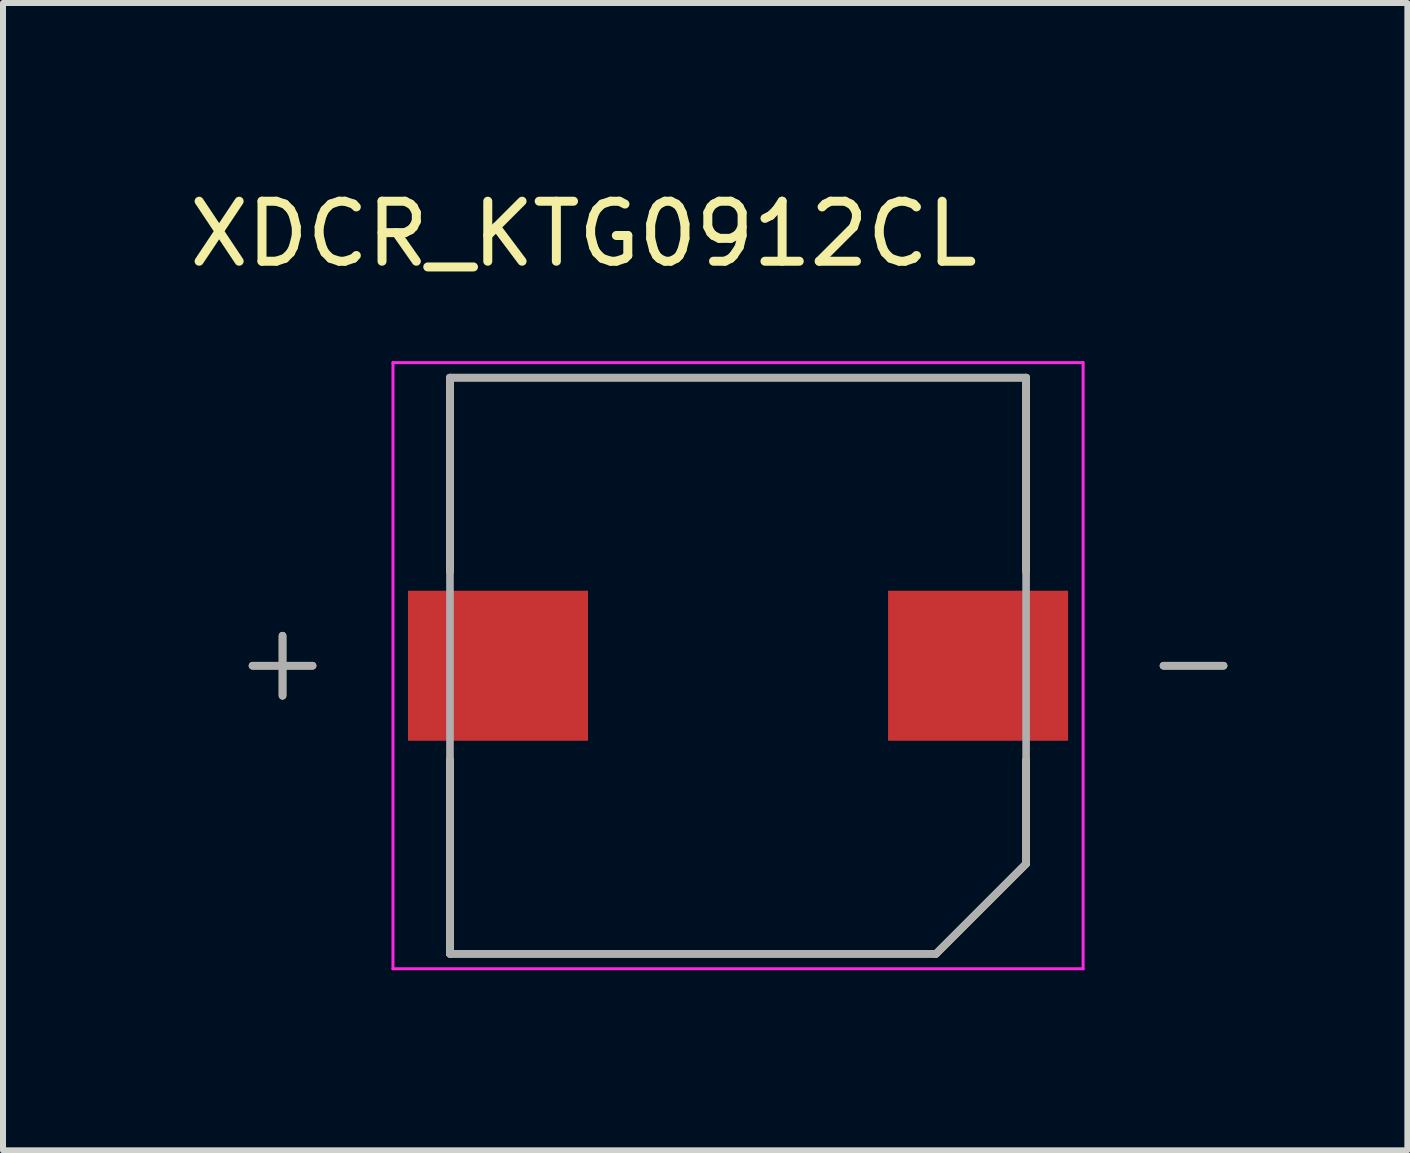
<source format=kicad_pcb>
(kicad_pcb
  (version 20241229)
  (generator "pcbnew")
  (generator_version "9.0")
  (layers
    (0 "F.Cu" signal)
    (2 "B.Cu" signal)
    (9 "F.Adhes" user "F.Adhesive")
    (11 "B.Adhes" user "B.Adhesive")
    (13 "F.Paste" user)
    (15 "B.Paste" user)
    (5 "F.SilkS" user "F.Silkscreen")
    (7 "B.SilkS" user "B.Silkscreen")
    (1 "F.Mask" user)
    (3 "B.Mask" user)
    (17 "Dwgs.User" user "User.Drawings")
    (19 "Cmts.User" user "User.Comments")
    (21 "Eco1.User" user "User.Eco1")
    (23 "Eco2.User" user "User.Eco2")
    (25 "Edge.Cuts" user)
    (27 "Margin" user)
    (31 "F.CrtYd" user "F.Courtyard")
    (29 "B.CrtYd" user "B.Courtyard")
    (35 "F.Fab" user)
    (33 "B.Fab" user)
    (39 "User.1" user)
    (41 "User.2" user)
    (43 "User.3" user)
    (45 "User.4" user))
  (footprint "XDCR_KTG0912CL"
    (layer "F.Cu")
    (at 9.248 8.043)
    (property "Reference" "XDCR_KTG0912CL" (at -2.575 -7.195 0) (layer "F.SilkS") (effects (font (size 1 1) (thickness 0.15))))
    (attr smd)
    (fp_line (start -8.09 0) (end -7.09 0) (stroke (width 0.127) (type solid)) (layer "F.SilkS"))
    (fp_line (start -7.59 -0.5) (end -7.59 0.5) (stroke (width 0.127) (type solid)) (layer "F.SilkS"))
    (fp_line (start -4.8 -4.8) (end 4.8 -4.8) (stroke (width 0.127) (type solid)) (layer "F.SilkS"))
    (fp_line (start -4.8 -1.57) (end -4.8 -4.8) (stroke (width 0.127) (type solid)) (layer "F.SilkS"))
    (fp_line (start -4.8 4.8) (end -4.8 1.57) (stroke (width 0.127) (type solid)) (layer "F.SilkS"))
    (fp_line (start 3.3 4.8) (end -4.8 4.8) (stroke (width 0.127) (type solid)) (layer "F.SilkS"))
    (fp_line (start 4.8 -4.8) (end 4.8 -1.57) (stroke (width 0.127) (type solid)) (layer "F.SilkS"))
    (fp_line (start 4.8 3.3) (end 3.3 4.8) (stroke (width 0.127) (type solid)) (layer "F.SilkS"))
    (fp_line (start 4.8 3.3) (end 4.8 1.57) (stroke (width 0.127) (type solid)) (layer "F.SilkS"))
    (fp_line (start 7.09 0) (end 8.09 0) (stroke (width 0.127) (type solid)) (layer "F.SilkS"))
    (fp_line (start -5.75 -5.05) (end -5.75 5.05) (stroke (width 0.05) (type solid)) (layer "F.CrtYd"))
    (fp_line (start -5.75 5.05) (end 5.75 5.05) (stroke (width 0.05) (type solid)) (layer "F.CrtYd"))
    (fp_line (start 5.75 -5.05) (end -5.75 -5.05) (stroke (width 0.05) (type solid)) (layer "F.CrtYd"))
    (fp_line (start 5.75 5.05) (end 5.75 -5.05) (stroke (width 0.05) (type solid)) (layer "F.CrtYd"))
    (fp_line (start -8.09 0) (end -7.09 0) (stroke (width 0.127) (type solid)) (layer "F.Fab"))
    (fp_line (start -7.59 -0.5) (end -7.59 0.5) (stroke (width 0.127) (type solid)) (layer "F.Fab"))
    (fp_line (start -4.8 -4.8) (end 4.8 -4.8) (stroke (width 0.127) (type solid)) (layer "F.Fab"))
    (fp_line (start -4.8 4.8) (end -4.8 -4.8) (stroke (width 0.127) (type solid)) (layer "F.Fab"))
    (fp_line (start 3.3 4.8) (end -4.8 4.8) (stroke (width 0.127) (type solid)) (layer "F.Fab"))
    (fp_line (start 4.8 -4.8) (end 4.8 3.3) (stroke (width 0.127) (type solid)) (layer "F.Fab"))
    (fp_line (start 4.8 3.3) (end 3.3 4.8) (stroke (width 0.127) (type solid)) (layer "F.Fab"))
    (fp_line (start 7.09 0) (end 8.09 0) (stroke (width 0.127) (type solid)) (layer "F.Fab"))
    (pad "N" smd rect (at 4 0) (size 3 2.5) (layers "F.Cu" "F.Mask" "F.Paste"))
    (pad "P" smd rect (at -4 0) (size 3 2.5) (layers "F.Cu" "F.Mask" "F.Paste")))
  (gr_rect
    (start -3 -3)
    (end 20.401 16.118)
    (stroke (width 0.1) (type default))
    (fill no)
    (layer "Edge.Cuts")))
</source>
